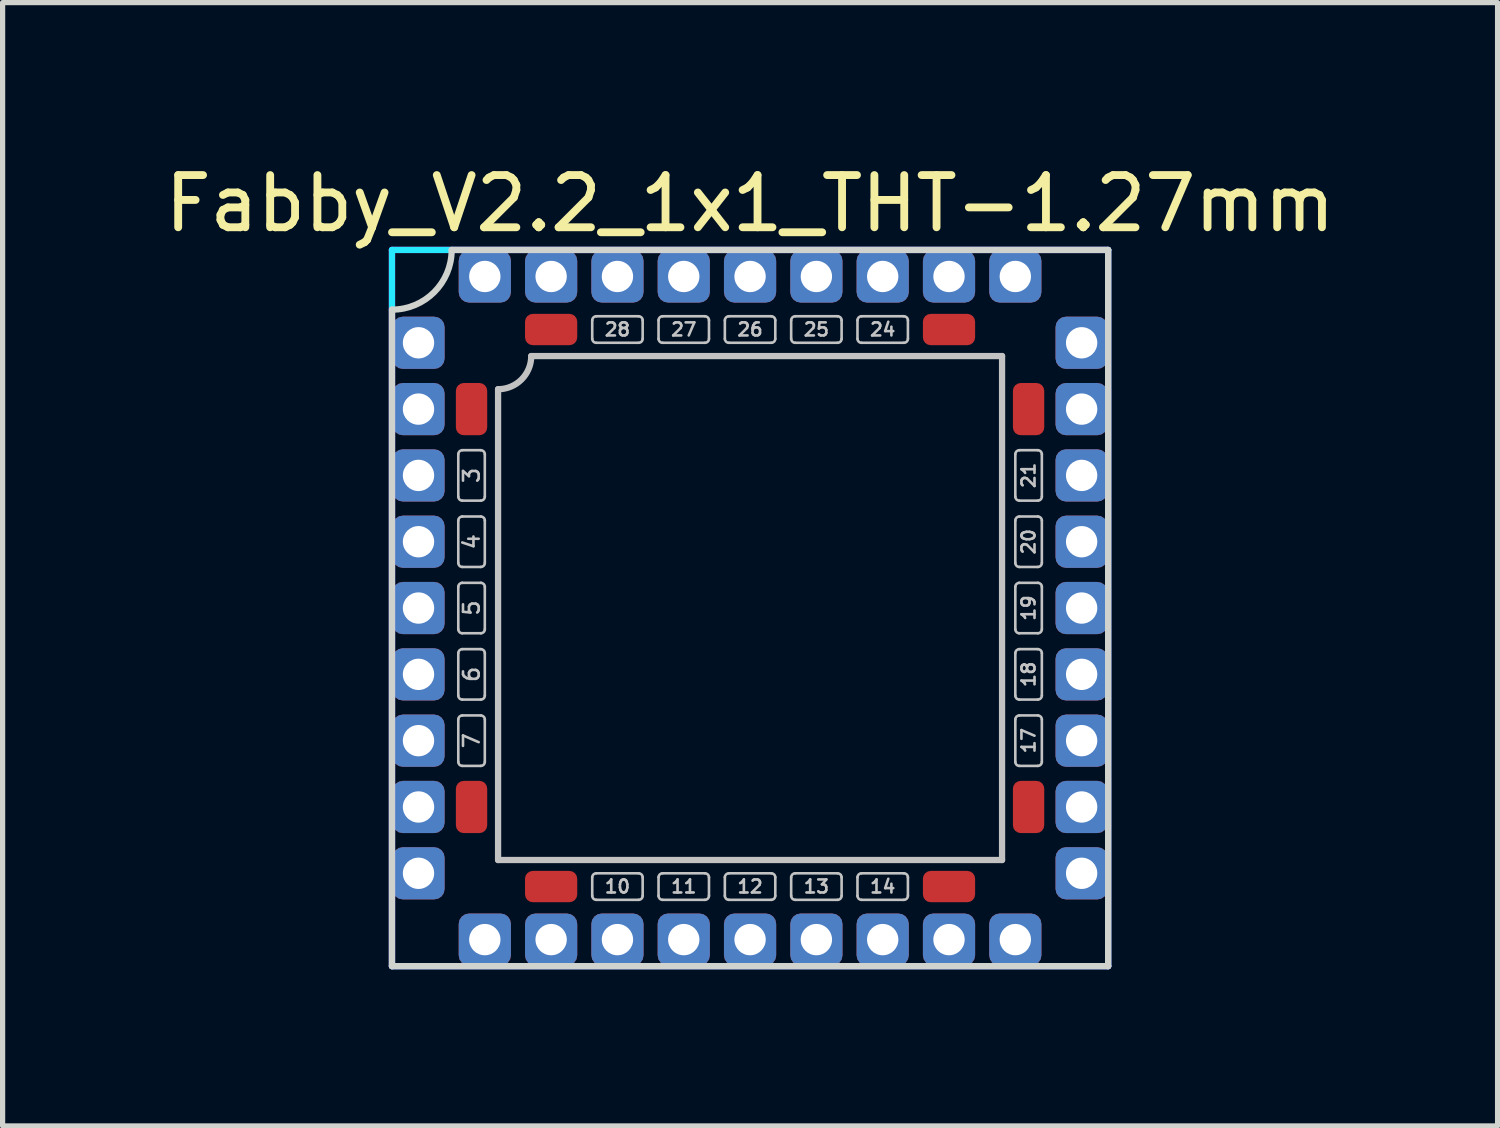
<source format=kicad_pcb>
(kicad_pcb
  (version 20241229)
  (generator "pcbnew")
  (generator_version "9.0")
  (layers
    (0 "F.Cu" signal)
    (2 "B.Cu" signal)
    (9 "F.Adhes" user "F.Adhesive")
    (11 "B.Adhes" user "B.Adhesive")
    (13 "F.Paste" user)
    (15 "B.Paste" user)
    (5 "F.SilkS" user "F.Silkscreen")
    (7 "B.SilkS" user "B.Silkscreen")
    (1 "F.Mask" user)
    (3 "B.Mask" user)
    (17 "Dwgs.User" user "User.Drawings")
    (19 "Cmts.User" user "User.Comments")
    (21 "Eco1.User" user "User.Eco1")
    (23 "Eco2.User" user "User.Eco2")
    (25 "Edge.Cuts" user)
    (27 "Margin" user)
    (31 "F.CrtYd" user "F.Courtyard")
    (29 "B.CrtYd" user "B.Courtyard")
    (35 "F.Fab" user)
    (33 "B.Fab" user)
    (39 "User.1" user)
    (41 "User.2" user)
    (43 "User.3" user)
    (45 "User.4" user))
  (footprint "Fabby_V2.2_1x1_THT-1.27mm"
    (layer "F.Cu")
    (at 11.315 8.595)
    (property "Reference" "Fabby_V2.2_1x1_THT-1.27mm" (at 0 -7.747 0) (layer "F.SilkS") (effects (font (size 1 1) (thickness 0.15))))
    (attr through_hole)
    (fp_line (start -5.588 -2.134) (end -5.588 -2.946) (stroke (width 0.05) (type solid)) (layer "Dwgs.User"))
    (fp_line (start -5.588 -0.864) (end -5.588 -1.676) (stroke (width 0.05) (type solid)) (layer "Dwgs.User"))
    (fp_line (start -5.588 0.406) (end -5.588 -0.406) (stroke (width 0.05) (type solid)) (layer "Dwgs.User"))
    (fp_line (start -5.588 1.676) (end -5.588 0.864) (stroke (width 0.05) (type solid)) (layer "Dwgs.User"))
    (fp_line (start -5.588 2.946) (end -5.588 2.134) (stroke (width 0.05) (type solid)) (layer "Dwgs.User"))
    (fp_line (start -5.512 -3.023) (end -5.156 -3.023) (stroke (width 0.05) (type solid)) (layer "Dwgs.User"))
    (fp_line (start -5.512 -2.057) (end -5.156 -2.057) (stroke (width 0.05) (type solid)) (layer "Dwgs.User"))
    (fp_line (start -5.512 -1.753) (end -5.156 -1.753) (stroke (width 0.05) (type solid)) (layer "Dwgs.User"))
    (fp_line (start -5.512 -0.787) (end -5.156 -0.787) (stroke (width 0.05) (type solid)) (layer "Dwgs.User"))
    (fp_line (start -5.512 -0.483) (end -5.156 -0.483) (stroke (width 0.05) (type solid)) (layer "Dwgs.User"))
    (fp_line (start -5.512 0.483) (end -5.156 0.483) (stroke (width 0.05) (type solid)) (layer "Dwgs.User"))
    (fp_line (start -5.512 0.787) (end -5.156 0.787) (stroke (width 0.05) (type solid)) (layer "Dwgs.User"))
    (fp_line (start -5.512 1.753) (end -5.156 1.753) (stroke (width 0.05) (type solid)) (layer "Dwgs.User"))
    (fp_line (start -5.512 2.057) (end -5.156 2.057) (stroke (width 0.05) (type solid)) (layer "Dwgs.User"))
    (fp_line (start -5.512 3.023) (end -5.156 3.023) (stroke (width 0.05) (type solid)) (layer "Dwgs.User"))
    (fp_line (start -5.08 -2.134) (end -5.08 -2.946) (stroke (width 0.05) (type solid)) (layer "Dwgs.User"))
    (fp_line (start -5.08 -0.864) (end -5.08 -1.676) (stroke (width 0.05) (type solid)) (layer "Dwgs.User"))
    (fp_line (start -5.08 0.406) (end -5.08 -0.406) (stroke (width 0.05) (type solid)) (layer "Dwgs.User"))
    (fp_line (start -5.08 1.676) (end -5.08 0.864) (stroke (width 0.05) (type solid)) (layer "Dwgs.User"))
    (fp_line (start -5.08 2.946) (end -5.08 2.134) (stroke (width 0.05) (type solid)) (layer "Dwgs.User"))
    (fp_line (start -4.826 4.826) (end -4.826 -4.191) (stroke (width 0.12) (type solid)) (layer "Dwgs.User"))
    (fp_line (start -4.191 -4.826) (end 4.826 -4.826) (stroke (width 0.12) (type solid)) (layer "Dwgs.User"))
    (fp_line (start -3.023 -5.156) (end -3.023 -5.512) (stroke (width 0.05) (type solid)) (layer "Dwgs.User"))
    (fp_line (start -3.023 5.512) (end -3.023 5.156) (stroke (width 0.05) (type solid)) (layer "Dwgs.User"))
    (fp_line (start -2.134 -5.588) (end -2.946 -5.588) (stroke (width 0.05) (type solid)) (layer "Dwgs.User"))
    (fp_line (start -2.134 -5.08) (end -2.946 -5.08) (stroke (width 0.05) (type solid)) (layer "Dwgs.User"))
    (fp_line (start -2.134 5.08) (end -2.946 5.08) (stroke (width 0.05) (type solid)) (layer "Dwgs.User"))
    (fp_line (start -2.134 5.588) (end -2.946 5.588) (stroke (width 0.05) (type solid)) (layer "Dwgs.User"))
    (fp_line (start -2.057 -5.156) (end -2.057 -5.512) (stroke (width 0.05) (type solid)) (layer "Dwgs.User"))
    (fp_line (start -2.057 5.512) (end -2.057 5.156) (stroke (width 0.05) (type solid)) (layer "Dwgs.User"))
    (fp_line (start -1.753 -5.156) (end -1.753 -5.512) (stroke (width 0.05) (type solid)) (layer "Dwgs.User"))
    (fp_line (start -1.753 5.512) (end -1.753 5.156) (stroke (width 0.05) (type solid)) (layer "Dwgs.User"))
    (fp_line (start -0.864 -5.588) (end -1.676 -5.588) (stroke (width 0.05) (type solid)) (layer "Dwgs.User"))
    (fp_line (start -0.864 -5.08) (end -1.676 -5.08) (stroke (width 0.05) (type solid)) (layer "Dwgs.User"))
    (fp_line (start -0.864 5.08) (end -1.676 5.08) (stroke (width 0.05) (type solid)) (layer "Dwgs.User"))
    (fp_line (start -0.864 5.588) (end -1.676 5.588) (stroke (width 0.05) (type solid)) (layer "Dwgs.User"))
    (fp_line (start -0.787 -5.156) (end -0.787 -5.512) (stroke (width 0.05) (type solid)) (layer "Dwgs.User"))
    (fp_line (start -0.787 5.512) (end -0.787 5.156) (stroke (width 0.05) (type solid)) (layer "Dwgs.User"))
    (fp_line (start -0.483 -5.156) (end -0.483 -5.512) (stroke (width 0.05) (type solid)) (layer "Dwgs.User"))
    (fp_line (start -0.483 5.512) (end -0.483 5.156) (stroke (width 0.05) (type solid)) (layer "Dwgs.User"))
    (fp_line (start 0.406 -5.588) (end -0.406 -5.588) (stroke (width 0.05) (type solid)) (layer "Dwgs.User"))
    (fp_line (start 0.406 -5.08) (end -0.406 -5.08) (stroke (width 0.05) (type solid)) (layer "Dwgs.User"))
    (fp_line (start 0.406 5.08) (end -0.406 5.08) (stroke (width 0.05) (type solid)) (layer "Dwgs.User"))
    (fp_line (start 0.406 5.588) (end -0.406 5.588) (stroke (width 0.05) (type solid)) (layer "Dwgs.User"))
    (fp_line (start 0.483 -5.156) (end 0.483 -5.512) (stroke (width 0.05) (type solid)) (layer "Dwgs.User"))
    (fp_line (start 0.483 5.512) (end 0.483 5.156) (stroke (width 0.05) (type solid)) (layer "Dwgs.User"))
    (fp_line (start 0.787 -5.156) (end 0.787 -5.512) (stroke (width 0.05) (type solid)) (layer "Dwgs.User"))
    (fp_line (start 0.787 5.512) (end 0.787 5.156) (stroke (width 0.05) (type solid)) (layer "Dwgs.User"))
    (fp_line (start 1.676 -5.588) (end 0.864 -5.588) (stroke (width 0.05) (type solid)) (layer "Dwgs.User"))
    (fp_line (start 1.676 -5.08) (end 0.864 -5.08) (stroke (width 0.05) (type solid)) (layer "Dwgs.User"))
    (fp_line (start 1.676 5.08) (end 0.864 5.08) (stroke (width 0.05) (type solid)) (layer "Dwgs.User"))
    (fp_line (start 1.676 5.588) (end 0.864 5.588) (stroke (width 0.05) (type solid)) (layer "Dwgs.User"))
    (fp_line (start 1.753 -5.156) (end 1.753 -5.512) (stroke (width 0.05) (type solid)) (layer "Dwgs.User"))
    (fp_line (start 1.753 5.512) (end 1.753 5.156) (stroke (width 0.05) (type solid)) (layer "Dwgs.User"))
    (fp_line (start 2.057 -5.156) (end 2.057 -5.512) (stroke (width 0.05) (type solid)) (layer "Dwgs.User"))
    (fp_line (start 2.057 5.512) (end 2.057 5.156) (stroke (width 0.05) (type solid)) (layer "Dwgs.User"))
    (fp_line (start 2.946 -5.588) (end 2.134 -5.588) (stroke (width 0.05) (type solid)) (layer "Dwgs.User"))
    (fp_line (start 2.946 -5.08) (end 2.134 -5.08) (stroke (width 0.05) (type solid)) (layer "Dwgs.User"))
    (fp_line (start 2.946 5.08) (end 2.134 5.08) (stroke (width 0.05) (type solid)) (layer "Dwgs.User"))
    (fp_line (start 2.946 5.588) (end 2.134 5.588) (stroke (width 0.05) (type solid)) (layer "Dwgs.User"))
    (fp_line (start 3.023 -5.156) (end 3.023 -5.512) (stroke (width 0.05) (type solid)) (layer "Dwgs.User"))
    (fp_line (start 3.023 5.512) (end 3.023 5.156) (stroke (width 0.05) (type solid)) (layer "Dwgs.User"))
    (fp_line (start 4.826 -4.826) (end 4.826 4.826) (stroke (width 0.12) (type solid)) (layer "Dwgs.User"))
    (fp_line (start 4.826 4.826) (end -4.826 4.826) (stroke (width 0.12) (type solid)) (layer "Dwgs.User"))
    (fp_line (start 5.08 -2.134) (end 5.08 -2.946) (stroke (width 0.05) (type solid)) (layer "Dwgs.User"))
    (fp_line (start 5.08 -0.864) (end 5.08 -1.676) (stroke (width 0.05) (type solid)) (layer "Dwgs.User"))
    (fp_line (start 5.08 0.406) (end 5.08 -0.406) (stroke (width 0.05) (type solid)) (layer "Dwgs.User"))
    (fp_line (start 5.08 1.676) (end 5.08 0.864) (stroke (width 0.05) (type solid)) (layer "Dwgs.User"))
    (fp_line (start 5.08 2.946) (end 5.08 2.134) (stroke (width 0.05) (type solid)) (layer "Dwgs.User"))
    (fp_line (start 5.156 -3.023) (end 5.512 -3.023) (stroke (width 0.05) (type solid)) (layer "Dwgs.User"))
    (fp_line (start 5.156 -2.057) (end 5.512 -2.057) (stroke (width 0.05) (type solid)) (layer "Dwgs.User"))
    (fp_line (start 5.156 -1.753) (end 5.512 -1.753) (stroke (width 0.05) (type solid)) (layer "Dwgs.User"))
    (fp_line (start 5.156 -0.787) (end 5.512 -0.787) (stroke (width 0.05) (type solid)) (layer "Dwgs.User"))
    (fp_line (start 5.156 -0.483) (end 5.512 -0.483) (stroke (width 0.05) (type solid)) (layer "Dwgs.User"))
    (fp_line (start 5.156 0.483) (end 5.512 0.483) (stroke (width 0.05) (type solid)) (layer "Dwgs.User"))
    (fp_line (start 5.156 0.787) (end 5.512 0.787) (stroke (width 0.05) (type solid)) (layer "Dwgs.User"))
    (fp_line (start 5.156 1.753) (end 5.512 1.753) (stroke (width 0.05) (type solid)) (layer "Dwgs.User"))
    (fp_line (start 5.156 2.057) (end 5.512 2.057) (stroke (width 0.05) (type solid)) (layer "Dwgs.User"))
    (fp_line (start 5.156 3.023) (end 5.512 3.023) (stroke (width 0.05) (type solid)) (layer "Dwgs.User"))
    (fp_line (start 5.588 -2.134) (end 5.588 -2.946) (stroke (width 0.05) (type solid)) (layer "Dwgs.User"))
    (fp_line (start 5.588 -0.864) (end 5.588 -1.676) (stroke (width 0.05) (type solid)) (layer "Dwgs.User"))
    (fp_line (start 5.588 0.406) (end 5.588 -0.406) (stroke (width 0.05) (type solid)) (layer "Dwgs.User"))
    (fp_line (start 5.588 1.676) (end 5.588 0.864) (stroke (width 0.05) (type solid)) (layer "Dwgs.User"))
    (fp_line (start 5.588 2.946) (end 5.588 2.134) (stroke (width 0.05) (type solid)) (layer "Dwgs.User"))
    (fp_arc (start -5.588 -2.9464) (mid -5.565682 -3.000282) (end -5.5118 -3.0226) (stroke (width 0.05) (type solid)) (layer "Dwgs.User"))
    (fp_arc (start -5.588 -1.6764) (mid -5.565682 -1.730282) (end -5.5118 -1.7526) (stroke (width 0.05) (type solid)) (layer "Dwgs.User"))
    (fp_arc (start -5.588 -0.4064) (mid -5.565682 -0.460282) (end -5.5118 -0.4826) (stroke (width 0.05) (type solid)) (layer "Dwgs.User"))
    (fp_arc (start -5.588 0.8636) (mid -5.565682 0.809718) (end -5.5118 0.7874) (stroke (width 0.05) (type solid)) (layer "Dwgs.User"))
    (fp_arc (start -5.588 2.1336) (mid -5.565682 2.079718) (end -5.5118 2.0574) (stroke (width 0.05) (type solid)) (layer "Dwgs.User"))
    (fp_arc (start -5.5118 -2.0574) (mid -5.565682 -2.079718) (end -5.588 -2.1336) (stroke (width 0.05) (type solid)) (layer "Dwgs.User"))
    (fp_arc (start -5.5118 -0.7874) (mid -5.565682 -0.809718) (end -5.588 -0.8636) (stroke (width 0.05) (type solid)) (layer "Dwgs.User"))
    (fp_arc (start -5.5118 0.4826) (mid -5.565682 0.460282) (end -5.588 0.4064) (stroke (width 0.05) (type solid)) (layer "Dwgs.User"))
    (fp_arc (start -5.5118 1.7526) (mid -5.565682 1.730282) (end -5.588 1.6764) (stroke (width 0.05) (type solid)) (layer "Dwgs.User"))
    (fp_arc (start -5.5118 3.0226) (mid -5.565682 3.000282) (end -5.588 2.9464) (stroke (width 0.05) (type solid)) (layer "Dwgs.User"))
    (fp_arc (start -5.1562 -3.0226) (mid -5.102318 -3.000282) (end -5.08 -2.9464) (stroke (width 0.05) (type solid)) (layer "Dwgs.User"))
    (fp_arc (start -5.1562 -1.7526) (mid -5.102318 -1.730282) (end -5.08 -1.6764) (stroke (width 0.05) (type solid)) (layer "Dwgs.User"))
    (fp_arc (start -5.1562 -0.4826) (mid -5.102318 -0.460282) (end -5.08 -0.4064) (stroke (width 0.05) (type solid)) (layer "Dwgs.User"))
    (fp_arc (start -5.1562 0.7874) (mid -5.102318 0.809718) (end -5.08 0.8636) (stroke (width 0.05) (type solid)) (layer "Dwgs.User"))
    (fp_arc (start -5.1562 2.0574) (mid -5.102318 2.079718) (end -5.08 2.1336) (stroke (width 0.05) (type solid)) (layer "Dwgs.User"))
    (fp_arc (start -5.08 -2.1336) (mid -5.102318 -2.079718) (end -5.1562 -2.0574) (stroke (width 0.05) (type solid)) (layer "Dwgs.User"))
    (fp_arc (start -5.08 -0.8636) (mid -5.102318 -0.809718) (end -5.1562 -0.7874) (stroke (width 0.05) (type solid)) (layer "Dwgs.User"))
    (fp_arc (start -5.08 0.4064) (mid -5.102318 0.460282) (end -5.1562 0.4826) (stroke (width 0.05) (type solid)) (layer "Dwgs.User"))
    (fp_arc (start -5.08 1.6764) (mid -5.102318 1.730282) (end -5.1562 1.7526) (stroke (width 0.05) (type solid)) (layer "Dwgs.User"))
    (fp_arc (start -5.08 2.9464) (mid -5.102318 3.000282) (end -5.1562 3.0226) (stroke (width 0.05) (type solid)) (layer "Dwgs.User"))
    (fp_arc (start -4.191 -4.826) (mid -4.376987 -4.376987) (end -4.826 -4.191) (stroke (width 0.12) (type solid)) (layer "Dwgs.User"))
    (fp_arc (start -3.0226 -5.5118) (mid -3.000282 -5.565682) (end -2.9464 -5.588) (stroke (width 0.05) (type solid)) (layer "Dwgs.User"))
    (fp_arc (start -3.0226 5.1562) (mid -3.000282 5.102318) (end -2.9464 5.08) (stroke (width 0.05) (type solid)) (layer "Dwgs.User"))
    (fp_arc (start -2.9464 -5.08) (mid -3.000282 -5.102318) (end -3.0226 -5.1562) (stroke (width 0.05) (type solid)) (layer "Dwgs.User"))
    (fp_arc (start -2.9464 5.588) (mid -3.000282 5.565682) (end -3.0226 5.5118) (stroke (width 0.05) (type solid)) (layer "Dwgs.User"))
    (fp_arc (start -2.1336 -5.588) (mid -2.079718 -5.565682) (end -2.0574 -5.5118) (stroke (width 0.05) (type solid)) (layer "Dwgs.User"))
    (fp_arc (start -2.1336 5.08) (mid -2.079718 5.102318) (end -2.0574 5.1562) (stroke (width 0.05) (type solid)) (layer "Dwgs.User"))
    (fp_arc (start -2.0574 -5.1562) (mid -2.079718 -5.102318) (end -2.1336 -5.08) (stroke (width 0.05) (type solid)) (layer "Dwgs.User"))
    (fp_arc (start -2.0574 5.5118) (mid -2.079718 5.565682) (end -2.1336 5.588) (stroke (width 0.05) (type solid)) (layer "Dwgs.User"))
    (fp_arc (start -1.7526 -5.5118) (mid -1.730282 -5.565682) (end -1.6764 -5.588) (stroke (width 0.05) (type solid)) (layer "Dwgs.User"))
    (fp_arc (start -1.7526 5.1562) (mid -1.730282 5.102318) (end -1.6764 5.08) (stroke (width 0.05) (type solid)) (layer "Dwgs.User"))
    (fp_arc (start -1.6764 -5.08) (mid -1.730282 -5.102318) (end -1.7526 -5.1562) (stroke (width 0.05) (type solid)) (layer "Dwgs.User"))
    (fp_arc (start -1.6764 5.588) (mid -1.730282 5.565682) (end -1.7526 5.5118) (stroke (width 0.05) (type solid)) (layer "Dwgs.User"))
    (fp_arc (start -0.8636 -5.588) (mid -0.809718 -5.565682) (end -0.7874 -5.5118) (stroke (width 0.05) (type solid)) (layer "Dwgs.User"))
    (fp_arc (start -0.8636 5.08) (mid -0.809718 5.102318) (end -0.7874 5.1562) (stroke (width 0.05) (type solid)) (layer "Dwgs.User"))
    (fp_arc (start -0.7874 -5.1562) (mid -0.809718 -5.102318) (end -0.8636 -5.08) (stroke (width 0.05) (type solid)) (layer "Dwgs.User"))
    (fp_arc (start -0.7874 5.5118) (mid -0.809718 5.565682) (end -0.8636 5.588) (stroke (width 0.05) (type solid)) (layer "Dwgs.User"))
    (fp_arc (start -0.4826 -5.5118) (mid -0.460282 -5.565682) (end -0.4064 -5.588) (stroke (width 0.05) (type solid)) (layer "Dwgs.User"))
    (fp_arc (start -0.4826 5.1562) (mid -0.460282 5.102318) (end -0.4064 5.08) (stroke (width 0.05) (type solid)) (layer "Dwgs.User"))
    (fp_arc (start -0.4064 -5.08) (mid -0.460282 -5.102318) (end -0.4826 -5.1562) (stroke (width 0.05) (type solid)) (layer "Dwgs.User"))
    (fp_arc (start -0.4064 5.588) (mid -0.460282 5.565682) (end -0.4826 5.5118) (stroke (width 0.05) (type solid)) (layer "Dwgs.User"))
    (fp_arc (start 0.4064 -5.588) (mid 0.460282 -5.565682) (end 0.4826 -5.5118) (stroke (width 0.05) (type solid)) (layer "Dwgs.User"))
    (fp_arc (start 0.4064 5.08) (mid 0.460282 5.102318) (end 0.4826 5.1562) (stroke (width 0.05) (type solid)) (layer "Dwgs.User"))
    (fp_arc (start 0.4826 -5.1562) (mid 0.460282 -5.102318) (end 0.4064 -5.08) (stroke (width 0.05) (type solid)) (layer "Dwgs.User"))
    (fp_arc (start 0.4826 5.5118) (mid 0.460282 5.565682) (end 0.4064 5.588) (stroke (width 0.05) (type solid)) (layer "Dwgs.User"))
    (fp_arc (start 0.7874 -5.5118) (mid 0.809718 -5.565682) (end 0.8636 -5.588) (stroke (width 0.05) (type solid)) (layer "Dwgs.User"))
    (fp_arc (start 0.7874 5.1562) (mid 0.809718 5.102318) (end 0.8636 5.08) (stroke (width 0.05) (type solid)) (layer "Dwgs.User"))
    (fp_arc (start 0.8636 -5.08) (mid 0.809718 -5.102318) (end 0.7874 -5.1562) (stroke (width 0.05) (type solid)) (layer "Dwgs.User"))
    (fp_arc (start 0.8636 5.588) (mid 0.809718 5.565682) (end 0.7874 5.5118) (stroke (width 0.05) (type solid)) (layer "Dwgs.User"))
    (fp_arc (start 1.6764 -5.588) (mid 1.730282 -5.565682) (end 1.7526 -5.5118) (stroke (width 0.05) (type solid)) (layer "Dwgs.User"))
    (fp_arc (start 1.6764 5.08) (mid 1.730282 5.102318) (end 1.7526 5.1562) (stroke (width 0.05) (type solid)) (layer "Dwgs.User"))
    (fp_arc (start 1.7526 -5.1562) (mid 1.730282 -5.102318) (end 1.6764 -5.08) (stroke (width 0.05) (type solid)) (layer "Dwgs.User"))
    (fp_arc (start 1.7526 5.5118) (mid 1.730282 5.565682) (end 1.6764 5.588) (stroke (width 0.05) (type solid)) (layer "Dwgs.User"))
    (fp_arc (start 2.0574 -5.5118) (mid 2.079718 -5.565682) (end 2.1336 -5.588) (stroke (width 0.05) (type solid)) (layer "Dwgs.User"))
    (fp_arc (start 2.0574 5.1562) (mid 2.079718 5.102318) (end 2.1336 5.08) (stroke (width 0.05) (type solid)) (layer "Dwgs.User"))
    (fp_arc (start 2.1336 -5.08) (mid 2.079718 -5.102318) (end 2.0574 -5.1562) (stroke (width 0.05) (type solid)) (layer "Dwgs.User"))
    (fp_arc (start 2.1336 5.588) (mid 2.079718 5.565682) (end 2.0574 5.5118) (stroke (width 0.05) (type solid)) (layer "Dwgs.User"))
    (fp_arc (start 2.9464 -5.588) (mid 3.000282 -5.565682) (end 3.0226 -5.5118) (stroke (width 0.05) (type solid)) (layer "Dwgs.User"))
    (fp_arc (start 2.9464 5.08) (mid 3.000282 5.102318) (end 3.0226 5.1562) (stroke (width 0.05) (type solid)) (layer "Dwgs.User"))
    (fp_arc (start 3.0226 -5.1562) (mid 3.000282 -5.102318) (end 2.9464 -5.08) (stroke (width 0.05) (type solid)) (layer "Dwgs.User"))
    (fp_arc (start 3.0226 5.5118) (mid 3.000282 5.565682) (end 2.9464 5.588) (stroke (width 0.05) (type solid)) (layer "Dwgs.User"))
    (fp_arc (start 5.08 -2.9464) (mid 5.102318 -3.000282) (end 5.1562 -3.0226) (stroke (width 0.05) (type solid)) (layer "Dwgs.User"))
    (fp_arc (start 5.08 -1.6764) (mid 5.102318 -1.730282) (end 5.1562 -1.7526) (stroke (width 0.05) (type solid)) (layer "Dwgs.User"))
    (fp_arc (start 5.08 -0.4064) (mid 5.102318 -0.460282) (end 5.1562 -0.4826) (stroke (width 0.05) (type solid)) (layer "Dwgs.User"))
    (fp_arc (start 5.08 0.8636) (mid 5.102318 0.809718) (end 5.1562 0.7874) (stroke (width 0.05) (type solid)) (layer "Dwgs.User"))
    (fp_arc (start 5.08 2.1336) (mid 5.102318 2.079718) (end 5.1562 2.0574) (stroke (width 0.05) (type solid)) (layer "Dwgs.User"))
    (fp_arc (start 5.1562 -2.0574) (mid 5.102318 -2.079718) (end 5.08 -2.1336) (stroke (width 0.05) (type solid)) (layer "Dwgs.User"))
    (fp_arc (start 5.1562 -0.7874) (mid 5.102318 -0.809718) (end 5.08 -0.8636) (stroke (width 0.05) (type solid)) (layer "Dwgs.User"))
    (fp_arc (start 5.1562 0.4826) (mid 5.102318 0.460282) (end 5.08 0.4064) (stroke (width 0.05) (type solid)) (layer "Dwgs.User"))
    (fp_arc (start 5.1562 1.7526) (mid 5.102318 1.730282) (end 5.08 1.6764) (stroke (width 0.05) (type solid)) (layer "Dwgs.User"))
    (fp_arc (start 5.1562 3.0226) (mid 5.102318 3.000282) (end 5.08 2.9464) (stroke (width 0.05) (type solid)) (layer "Dwgs.User"))
    (fp_arc (start 5.5118 -3.0226) (mid 5.565682 -3.000282) (end 5.588 -2.9464) (stroke (width 0.05) (type solid)) (layer "Dwgs.User"))
    (fp_arc (start 5.5118 -1.7526) (mid 5.565682 -1.730282) (end 5.588 -1.6764) (stroke (width 0.05) (type solid)) (layer "Dwgs.User"))
    (fp_arc (start 5.5118 -0.4826) (mid 5.565682 -0.460282) (end 5.588 -0.4064) (stroke (width 0.05) (type solid)) (layer "Dwgs.User"))
    (fp_arc (start 5.5118 0.7874) (mid 5.565682 0.809718) (end 5.588 0.8636) (stroke (width 0.05) (type solid)) (layer "Dwgs.User"))
    (fp_arc (start 5.5118 2.0574) (mid 5.565682 2.079718) (end 5.588 2.1336) (stroke (width 0.05) (type solid)) (layer "Dwgs.User"))
    (fp_arc (start 5.588 -2.1336) (mid 5.565682 -2.079718) (end 5.5118 -2.0574) (stroke (width 0.05) (type solid)) (layer "Dwgs.User"))
    (fp_arc (start 5.588 -0.8636) (mid 5.565682 -0.809718) (end 5.5118 -0.7874) (stroke (width 0.05) (type solid)) (layer "Dwgs.User"))
    (fp_arc (start 5.588 0.4064) (mid 5.565682 0.460282) (end 5.5118 0.4826) (stroke (width 0.05) (type solid)) (layer "Dwgs.User"))
    (fp_arc (start 5.588 1.6764) (mid 5.565682 1.730282) (end 5.5118 1.7526) (stroke (width 0.05) (type solid)) (layer "Dwgs.User"))
    (fp_arc (start 5.588 2.9464) (mid 5.565682 3.000282) (end 5.5118 3.0226) (stroke (width 0.05) (type solid)) (layer "Dwgs.User"))
    (fp_line (start -6.858 -5.715) (end -6.858 6.858) (stroke (width 0.12) (type solid)) (layer "Edge.Cuts"))
    (fp_line (start -6.858 6.858) (end 6.858 6.858) (stroke (width 0.12) (type solid)) (layer "Edge.Cuts"))
    (fp_line (start -5.715 -6.858) (end 6.858 -6.858) (stroke (width 0.12) (type solid)) (layer "Edge.Cuts"))
    (fp_line (start 6.858 -6.858) (end 6.858 6.858) (stroke (width 0.12) (type solid)) (layer "Edge.Cuts"))
    (fp_arc (start -5.715 -6.858) (mid -6.049777 -6.049777) (end -6.858 -5.715) (stroke (width 0.12) (type solid)) (layer "Edge.Cuts"))
    (fp_line (start -6.858 -6.858) (end 6.858 -6.858) (stroke (width 0.12) (type solid)) (layer "B.CrtYd"))
    (fp_line (start -6.858 6.858) (end -6.858 -6.858) (stroke (width 0.12) (type solid)) (layer "B.CrtYd"))
    (fp_line (start 6.858 -6.858) (end 6.858 6.858) (stroke (width 0.12) (type solid)) (layer "B.CrtYd"))
    (fp_line (start 6.858 6.858) (end -6.858 6.858) (stroke (width 0.12) (type solid)) (layer "B.CrtYd"))
    (fp_line (start -6.858 -6.858) (end 6.858 -6.858) (stroke (width 0.12) (type solid)) (layer "F.CrtYd"))
    (fp_line (start -6.858 6.858) (end -6.858 -6.858) (stroke (width 0.12) (type solid)) (layer "F.CrtYd"))
    (fp_line (start 6.858 -6.858) (end 6.858 6.858) (stroke (width 0.12) (type solid)) (layer "F.CrtYd"))
    (fp_line (start 6.858 6.858) (end -6.858 6.858) (stroke (width 0.12) (type solid)) (layer "F.CrtYd"))
    (fp_text user "24" (at 2.54 -5.334 0) (layer "Dwgs.User") (effects (font (size 0.25 0.25) (thickness 0.05))))
    (fp_text user "13" (at 1.27 5.334 0) (layer "Dwgs.User") (effects (font (size 0.25 0.25) (thickness 0.05))))
    (fp_text user "18" (at 5.334 1.27 270) (layer "Dwgs.User") (effects (font (size 0.25 0.25) (thickness 0.05))))
    (fp_text user "28" (at -2.54 -5.334 0) (layer "Dwgs.User") (effects (font (size 0.25 0.25) (thickness 0.05))))
    (fp_text user "14" (at 2.54 5.334 0) (layer "Dwgs.User") (effects (font (size 0.25 0.25) (thickness 0.05))))
    (fp_text user "21" (at 5.334 -2.54 270) (layer "Dwgs.User") (effects (font (size 0.25 0.25) (thickness 0.05))))
    (fp_text user "25" (at 1.27 -5.334 0) (layer "Dwgs.User") (effects (font (size 0.25 0.25) (thickness 0.05))))
    (fp_text user "20" (at 5.334 -1.27 270) (layer "Dwgs.User") (effects (font (size 0.25 0.25) (thickness 0.05))))
    (fp_text user "3" (at -5.334 -2.54 90) (layer "Dwgs.User") (effects (font (size 0.3 0.3) (thickness 0.05))))
    (fp_text user "6" (at -5.334 1.27 90) (layer "Dwgs.User") (effects (font (size 0.3 0.3) (thickness 0.05))))
    (fp_text user "17" (at 5.334 2.54 270) (layer "Dwgs.User") (effects (font (size 0.25 0.25) (thickness 0.05))))
    (fp_text user "10" (at -2.54 5.334 0) (layer "Dwgs.User") (effects (font (size 0.25 0.25) (thickness 0.05))))
    (fp_text user "5" (at -5.334 0 90) (layer "Dwgs.User") (effects (font (size 0.3 0.3) (thickness 0.05))))
    (fp_text user "11" (at -1.27 5.334 0) (layer "Dwgs.User") (effects (font (size 0.25 0.25) (thickness 0.05))))
    (fp_text user "19" (at 5.334 0 270) (layer "Dwgs.User") (effects (font (size 0.25 0.25) (thickness 0.05))))
    (fp_text user "26" (at 0 -5.334 0) (layer "Dwgs.User") (effects (font (size 0.25 0.25) (thickness 0.05))))
    (fp_text user "27" (at -1.27 -5.334 0) (layer "Dwgs.User") (effects (font (size 0.25 0.25) (thickness 0.05))))
    (fp_text user "12" (at 0 5.334 0) (layer "Dwgs.User") (effects (font (size 0.25 0.25) (thickness 0.05))))
    (fp_text user "7" (at -5.334 2.54 90) (layer "Dwgs.User") (effects (font (size 0.3 0.3) (thickness 0.05))))
    (fp_text user "4" (at -5.334 -1.27 90) (layer "Dwgs.User") (effects (font (size 0.3 0.3) (thickness 0.05))))
    (pad "" thru_hole roundrect (at -6.35 -3.81 270) (size 1 1) (drill 0.6) (layers "*.Cu" "*.Mask") (roundrect_rratio 0.2))
    (pad "" thru_hole roundrect (at -6.35 3.81 270) (size 1 1) (drill 0.6) (layers "*.Cu" "*.Mask") (roundrect_rratio 0.2))
    (pad "" thru_hole roundrect (at -3.81 -6.35 270) (size 1 1) (drill 0.6) (layers "*.Cu" "*.Mask") (roundrect_rratio 0.2))
    (pad "" thru_hole roundrect (at -3.81 6.35 270) (size 1 1) (drill 0.6) (layers "*.Cu" "*.Mask") (roundrect_rratio 0.2))
    (pad "" thru_hole roundrect (at 3.81 -6.35 270) (size 1 1) (drill 0.6) (layers "*.Cu" "*.Mask") (roundrect_rratio 0.2))
    (pad "" thru_hole roundrect (at 3.81 6.35 270) (size 1 1) (drill 0.6) (layers "*.Cu" "*.Mask") (roundrect_rratio 0.2))
    (pad "" thru_hole roundrect (at 6.35 -3.81 270) (size 1 1) (drill 0.6) (layers "*.Cu" "*.Mask") (roundrect_rratio 0.2))
    (pad "" thru_hole roundrect (at 6.35 3.81 270) (size 1 1) (drill 0.6) (layers "*.Cu" "*.Mask") (roundrect_rratio 0.2))
    (pad "1" thru_hole roundrect (at -6.35 -5.08 270) (size 1 1) (drill 0.6) (layers "*.Cu" "*.Mask") (roundrect_rratio 0.2))
    (pad "1" thru_hole roundrect (at -6.35 5.08 270) (size 1 1) (drill 0.6) (layers "*.Cu" "*.Mask") (roundrect_rratio 0.2))
    (pad "1" thru_hole roundrect (at -5.08 -6.35 270) (size 1 1) (drill 0.6) (layers "*.Cu" "*.Mask") (roundrect_rratio 0.2))
    (pad "1" thru_hole roundrect (at -5.08 6.35 270) (size 1 1) (drill 0.6) (layers "*.Cu" "*.Mask") (roundrect_rratio 0.2))
    (pad "1" thru_hole roundrect (at 5.08 -6.35 270) (size 1 1) (drill 0.6) (layers "*.Cu" "*.Mask") (roundrect_rratio 0.2))
    (pad "1" thru_hole roundrect (at 5.08 6.35 270) (size 1 1) (drill 0.6) (layers "*.Cu" "*.Mask") (roundrect_rratio 0.2))
    (pad "1" thru_hole roundrect (at 6.35 -5.08 270) (size 1 1) (drill 0.6) (layers "*.Cu" "*.Mask") (roundrect_rratio 0.2))
    (pad "1" thru_hole roundrect (at 6.35 5.08 270) (size 1 1) (drill 0.6) (layers "*.Cu" "*.Mask") (roundrect_rratio 0.2))
    (pad "2" smd roundrect (at -5.334 -3.81) (size 0.6 1) (layers "F.Cu" "F.Mask" "F.Paste") (roundrect_rratio 0.25))
    (pad "3" thru_hole roundrect (at -6.35 -2.54 270) (size 1 1) (drill 0.6) (layers "*.Cu" "*.Mask") (roundrect_rratio 0.2))
    (pad "4" thru_hole roundrect (at -6.35 -1.27 270) (size 1 1) (drill 0.6) (layers "*.Cu" "*.Mask") (roundrect_rratio 0.2))
    (pad "5" thru_hole roundrect (at -6.35 0 270) (size 1 1) (drill 0.6) (layers "*.Cu" "*.Mask") (roundrect_rratio 0.2))
    (pad "6" thru_hole roundrect (at -6.35 1.27 270) (size 1 1) (drill 0.6) (layers "*.Cu" "*.Mask") (roundrect_rratio 0.2))
    (pad "7" thru_hole roundrect (at -6.35 2.54 270) (size 1 1) (drill 0.6) (layers "*.Cu" "*.Mask") (roundrect_rratio 0.2))
    (pad "8" smd roundrect (at -5.334 3.81) (size 0.6 1) (layers "F.Cu" "F.Mask" "F.Paste") (roundrect_rratio 0.25))
    (pad "9" smd roundrect (at -3.81 5.334 90) (size 0.6 1) (layers "F.Cu" "F.Mask" "F.Paste") (roundrect_rratio 0.25))
    (pad "10" thru_hole roundrect (at -2.54 6.35 270) (size 1 1) (drill 0.6) (layers "*.Cu" "*.Mask") (roundrect_rratio 0.2))
    (pad "11" thru_hole roundrect (at -1.27 6.35 270) (size 1 1) (drill 0.6) (layers "*.Cu" "*.Mask") (roundrect_rratio 0.2))
    (pad "12" thru_hole roundrect (at 0 6.35 270) (size 1 1) (drill 0.6) (layers "*.Cu" "*.Mask") (roundrect_rratio 0.2))
    (pad "13" thru_hole roundrect (at 1.27 6.35 270) (size 1 1) (drill 0.6) (layers "*.Cu" "*.Mask") (roundrect_rratio 0.2))
    (pad "14" thru_hole roundrect (at 2.54 6.35 270) (size 1 1) (drill 0.6) (layers "*.Cu" "*.Mask") (roundrect_rratio 0.2))
    (pad "15" smd roundrect (at 3.81 5.334 90) (size 0.6 1) (layers "F.Cu" "F.Mask" "F.Paste") (roundrect_rratio 0.25))
    (pad "16" smd roundrect (at 5.334 3.81 180) (size 0.6 1) (layers "F.Cu" "F.Mask" "F.Paste") (roundrect_rratio 0.25))
    (pad "17" thru_hole roundrect (at 6.35 2.54 270) (size 1 1) (drill 0.6) (layers "*.Cu" "*.Mask") (roundrect_rratio 0.2))
    (pad "18" thru_hole roundrect (at 6.35 1.27 270) (size 1 1) (drill 0.6) (layers "*.Cu" "*.Mask") (roundrect_rratio 0.2))
    (pad "19" thru_hole roundrect (at 6.35 0 270) (size 1 1) (drill 0.6) (layers "*.Cu" "*.Mask") (roundrect_rratio 0.2))
    (pad "20" thru_hole roundrect (at 6.35 -1.27 270) (size 1 1) (drill 0.6) (layers "*.Cu" "*.Mask") (roundrect_rratio 0.2))
    (pad "21" thru_hole roundrect (at 6.35 -2.54 270) (size 1 1) (drill 0.6) (layers "*.Cu" "*.Mask") (roundrect_rratio 0.2))
    (pad "22" smd roundrect (at 5.334 -3.81 180) (size 0.6 1) (layers "F.Cu" "F.Mask" "F.Paste") (roundrect_rratio 0.25))
    (pad "23" smd roundrect (at 3.81 -5.334 270) (size 0.6 1) (layers "F.Cu" "F.Mask" "F.Paste") (roundrect_rratio 0.25))
    (pad "24" thru_hole roundrect (at 2.54 -6.35 270) (size 1 1) (drill 0.6) (layers "*.Cu" "*.Mask") (roundrect_rratio 0.2))
    (pad "25" thru_hole roundrect (at 1.27 -6.35 270) (size 1 1) (drill 0.6) (layers "*.Cu" "*.Mask") (roundrect_rratio 0.2))
    (pad "26" thru_hole roundrect (at 0 -6.35 270) (size 1 1) (drill 0.6) (layers "*.Cu" "*.Mask") (roundrect_rratio 0.2))
    (pad "27" thru_hole roundrect (at -1.27 -6.35 270) (size 1 1) (drill 0.6) (layers "*.Cu" "*.Mask") (roundrect_rratio 0.2))
    (pad "28" thru_hole roundrect (at -2.54 -6.35 270) (size 1 1) (drill 0.6) (layers "*.Cu" "*.Mask") (roundrect_rratio 0.2))
    (pad "29" smd roundrect (at -3.81 -5.334 270) (size 0.6 1) (layers "F.Cu" "F.Mask" "F.Paste") (roundrect_rratio 0.25)))
  (gr_rect
    (start -3 -3)
    (end 25.631 18.513)
    (stroke (width 0.1) (type default))
    (fill no)
    (layer "Edge.Cuts")))
</source>
